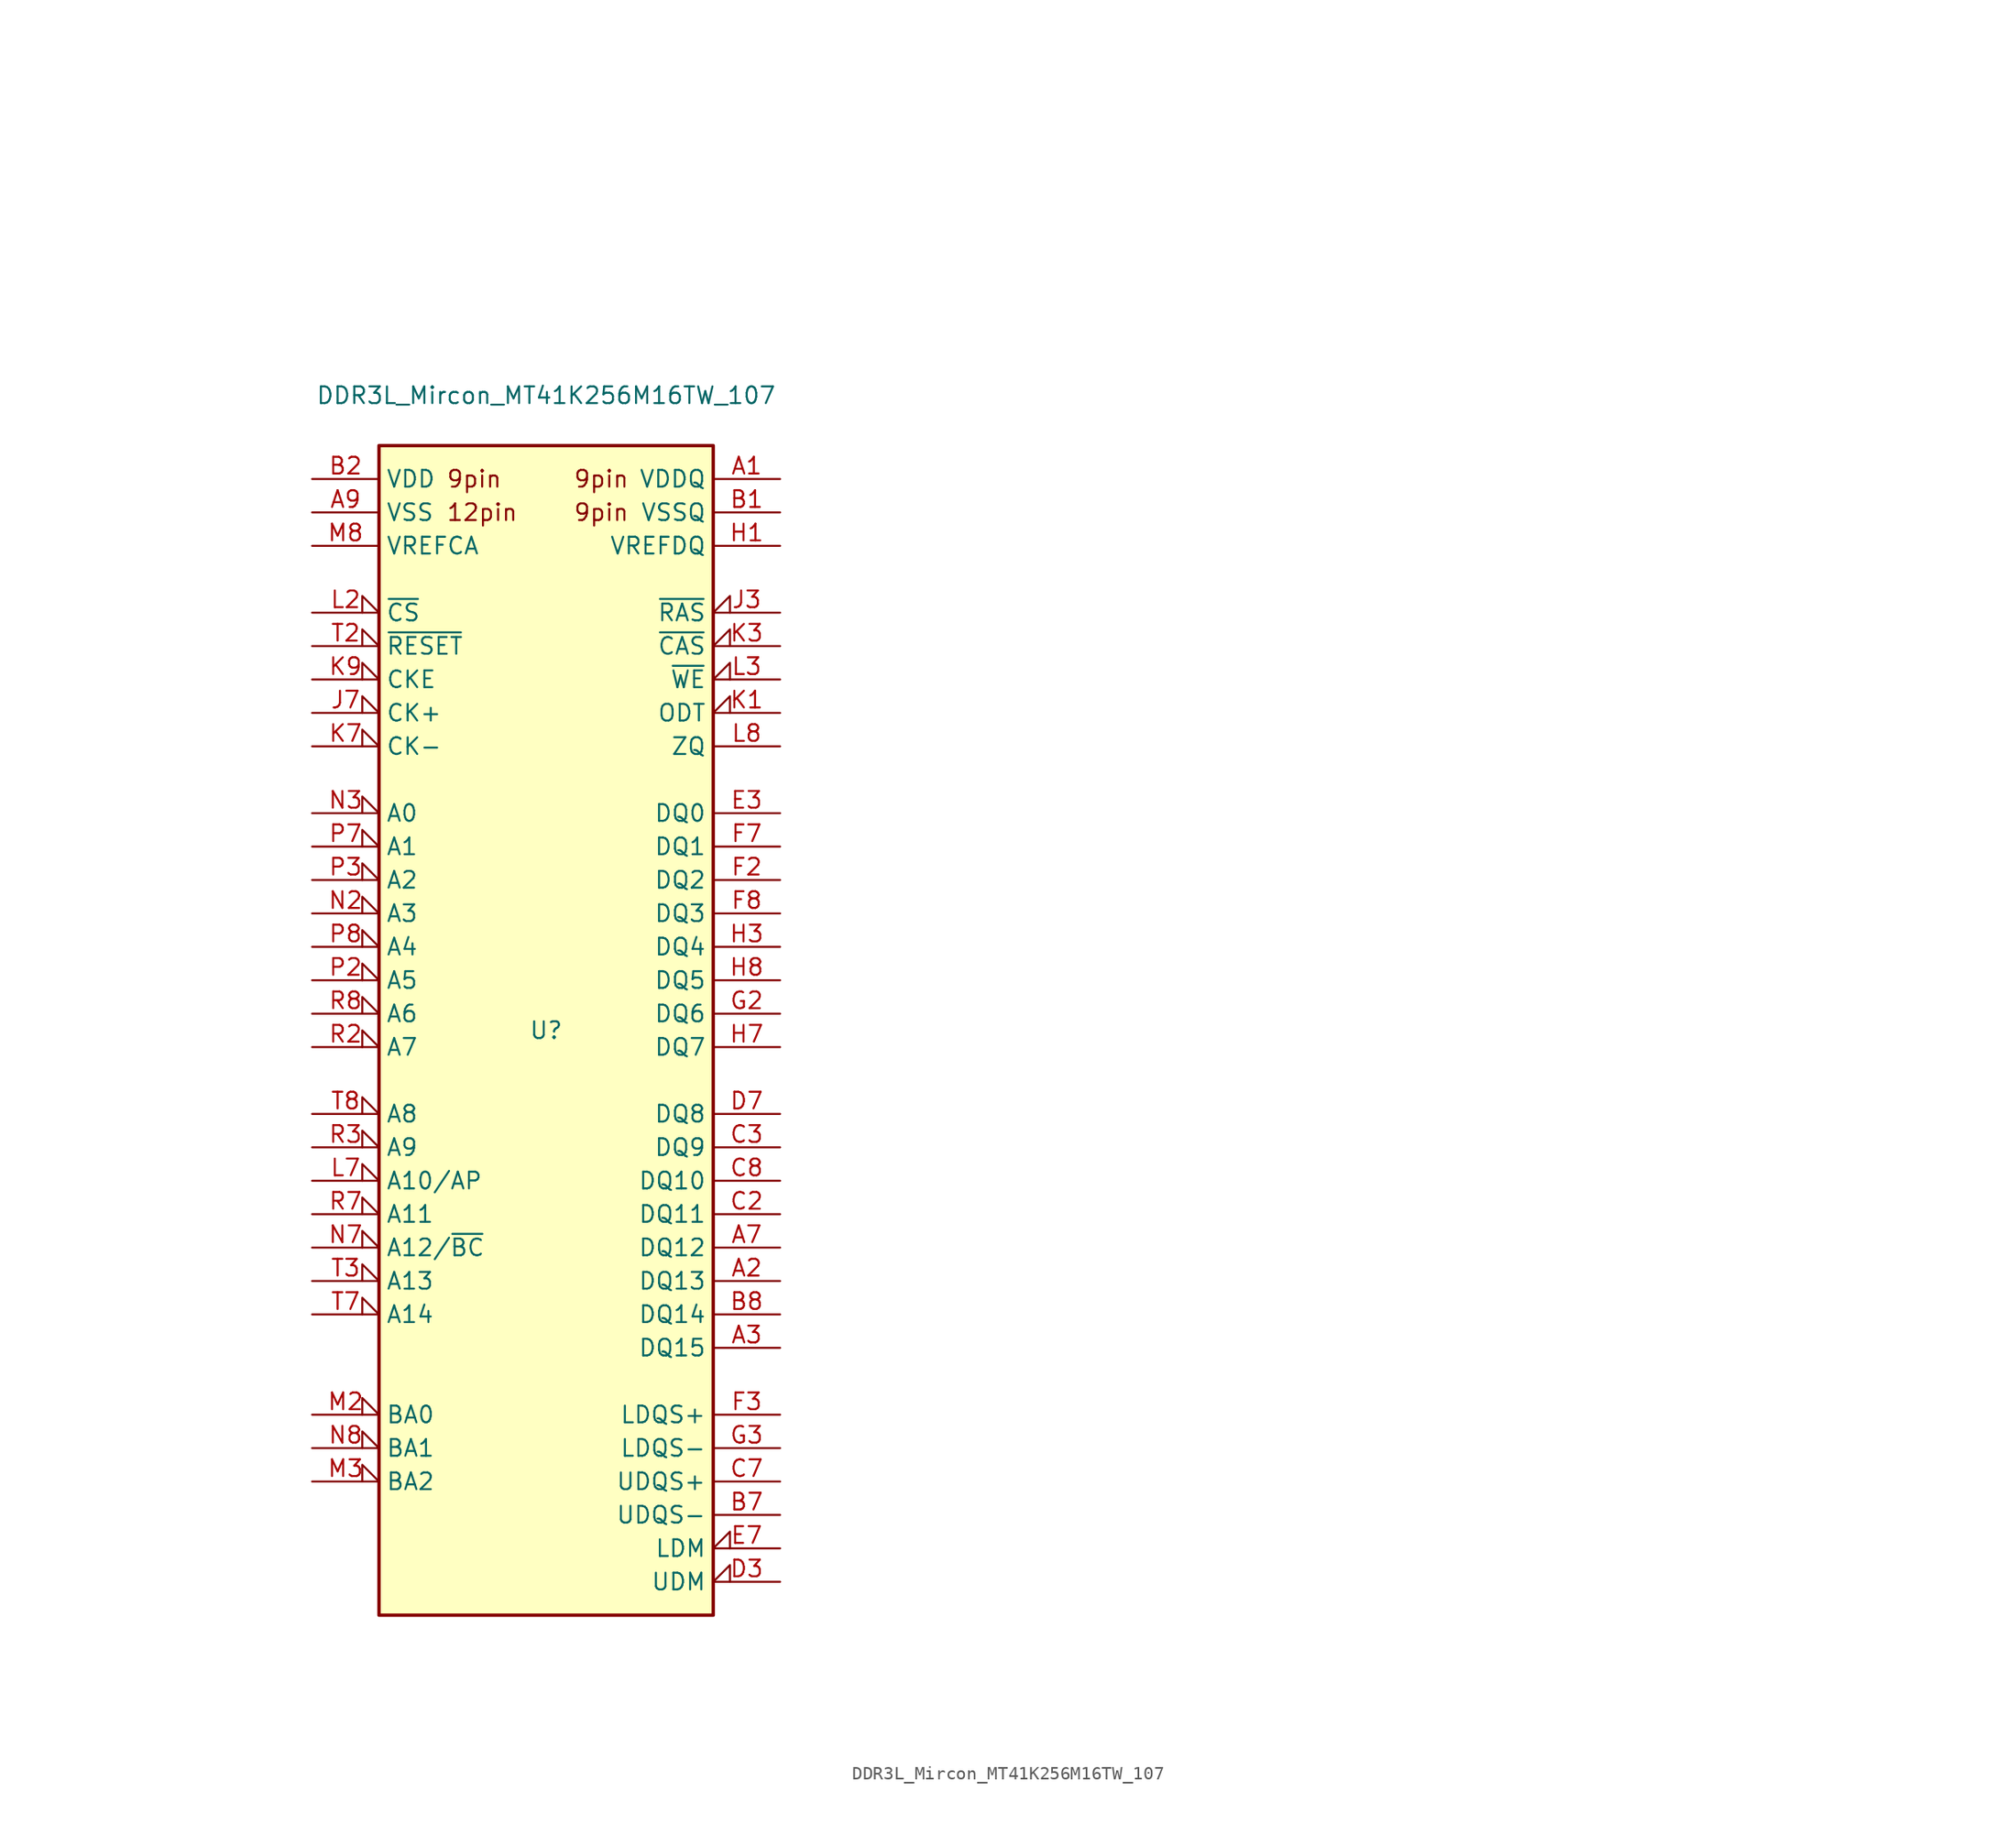
<source format=kicad_sym>
(kicad_symbol_lib
  (version 20231120)
  (generator "kicad_symbol_editor")
  (generator_version "8.0")
  (symbol "DDR3L_Mircon_MT41K256M16TW_107"
    (property "Reference" "U"
      (at 0 0 0)
      (effects (font (size 1.27 1.27))))
    (property "Value" "DDR3L_Mircon_MT41K256M16TW_107"
      (at 0 48.26 0)
      (effects (font (size 1.27 1.27))))
    (symbol "DDR3L_Mircon_MT41K256M16TW_107_1_1"
      (rectangle (start -12.7 44.45) (end 12.7 -44.45) (stroke (width 0.254) (type default)) (fill (type background)))
      (text private "A[14:0]: Address, I.\nBA[2:0]: Bank address, I.\nDQ[15:0]: Data, IO.\n\n~{CS}: Chip select, I.\n~{RAS}, ~{CAS}, ~{WE}: Command inputs, I.\nODT: On-Die Termination, I.\n\nLDQS+-: Lower byte data strobe, IO.\nUDQS+-: Upper byte data strobe, IO.\nLDM, UDM: Lower/Upper byte input data mask, I.\n\n~{RESET}: Reset, I.\nCKE: Clock enable, I.\nCK+-: Differential clock, I.\n\nVDD(9 pins), VSS(12 pins): Power supply, 1.35V.\nVDDQ(9 pins), VSSQ(9 pins): DQ power supply, 1.35V.\nVREFCA: Reference voltage for control, command, address.\nVREFDQ: Reference voltage for data.\n\nZQ: External reference ball for output drive calibration." (at 38.1 0 0) (effects (font (size 1.27 1.27)) (justify left top)))
      (text "12pin" (at -7.62 39.37 0) (effects (font (size 1.27 1.27)) (justify left)))
      (text "9pin" (at -7.62 41.91 0) (effects (font (size 1.27 1.27)) (justify left)))
      (text "9pin" (at 6.35 39.37 0) (effects (font (size 1.27 1.27)) (justify right)))
      (text "9pin" (at 6.35 41.91 0) (effects (font (size 1.27 1.27)) (justify right)))
      (text_box private "MT41K256M16 SDRAM (1.35V) is a low voltage version of the DDR3.\n\n256M16: 256Meg x 16.\nTW: 96-ball FBGA, 8x14mm\n107: tCK=1.07ns, CL=13" (at -25.4 63.5 0) (size 50.8 -13.97) (stroke (width 0) (type default)) (fill (type none)) (effects (font (size 1.27 1.27)) (justify left top)))
      (pin power_in line (at 17.78 41.91 180) (length 5.08) (name "VDDQ" (effects (font (size 1.27 1.27)))) (number "A1" (effects (font (size 1.27 1.27)))))
      (pin bidirectional line (at 17.78 -19.05 180) (length 5.08) (name "DQ13" (effects (font (size 1.27 1.27)))) (number "A2" (effects (font (size 1.27 1.27)))))
      (pin bidirectional line (at 17.78 -24.13 180) (length 5.08) (name "DQ15" (effects (font (size 1.27 1.27)))) (number "A3" (effects (font (size 1.27 1.27)))))
      (pin bidirectional line (at 17.78 -16.51 180) (length 5.08) (name "DQ12" (effects (font (size 1.27 1.27)))) (number "A7" (effects (font (size 1.27 1.27)))))
      (pin passive line (at 17.78 41.91 180) (length 5.08) hide (name "VDDQ" (effects (font (size 1.27 1.27)))) (number "A8" (effects (font (size 1.27 1.27)))))
      (pin power_in line (at -17.78 39.37 0) (length 5.08) (name "VSS" (effects (font (size 1.27 1.27)))) (number "A9" (effects (font (size 1.27 1.27)))))
      (pin power_in line (at 17.78 39.37 180) (length 5.08) (name "VSSQ" (effects (font (size 1.27 1.27)))) (number "B1" (effects (font (size 1.27 1.27)))))
      (pin power_in line (at -17.78 41.91 0) (length 5.08) (name "VDD" (effects (font (size 1.27 1.27)))) (number "B2" (effects (font (size 1.27 1.27)))))
      (pin passive line (at -17.78 39.37 0) (length 5.08) hide (name "VSS" (effects (font (size 1.27 1.27)))) (number "B3" (effects (font (size 1.27 1.27)))))
      (pin bidirectional line (at 17.78 -36.83 180) (length 5.08) (name "UDQS-" (effects (font (size 1.27 1.27)))) (number "B7" (effects (font (size 1.27 1.27)))))
      (pin bidirectional line (at 17.78 -21.59 180) (length 5.08) (name "DQ14" (effects (font (size 1.27 1.27)))) (number "B8" (effects (font (size 1.27 1.27)))))
      (pin passive line (at 17.78 39.37 180) (length 5.08) hide (name "VSSQ" (effects (font (size 1.27 1.27)))) (number "B9" (effects (font (size 1.27 1.27)))))
      (pin passive line (at 17.78 41.91 180) (length 5.08) hide (name "VDDQ" (effects (font (size 1.27 1.27)))) (number "C1" (effects (font (size 1.27 1.27)))))
      (pin bidirectional line (at 17.78 -13.97 180) (length 5.08) (name "DQ11" (effects (font (size 1.27 1.27)))) (number "C2" (effects (font (size 1.27 1.27)))))
      (pin bidirectional line (at 17.78 -8.89 180) (length 5.08) (name "DQ9" (effects (font (size 1.27 1.27)))) (number "C3" (effects (font (size 1.27 1.27)))))
      (pin bidirectional line (at 17.78 -34.29 180) (length 5.08) (name "UDQS+" (effects (font (size 1.27 1.27)))) (number "C7" (effects (font (size 1.27 1.27)))))
      (pin bidirectional line (at 17.78 -11.43 180) (length 5.08) (name "DQ10" (effects (font (size 1.27 1.27)))) (number "C8" (effects (font (size 1.27 1.27)))))
      (pin passive line (at 17.78 41.91 180) (length 5.08) hide (name "VDDQ" (effects (font (size 1.27 1.27)))) (number "C9" (effects (font (size 1.27 1.27)))))
      (pin passive line (at 17.78 39.37 180) (length 5.08) hide (name "VSSQ" (effects (font (size 1.27 1.27)))) (number "D1" (effects (font (size 1.27 1.27)))))
      (pin passive line (at 17.78 41.91 180) (length 5.08) hide (name "VDDQ" (effects (font (size 1.27 1.27)))) (number "D2" (effects (font (size 1.27 1.27)))))
      (pin input input_low (at 17.78 -41.91 180) (length 5.08) (name "UDM" (effects (font (size 1.27 1.27)))) (number "D3" (effects (font (size 1.27 1.27)))))
      (pin bidirectional line (at 17.78 -6.35 180) (length 5.08) (name "DQ8" (effects (font (size 1.27 1.27)))) (number "D7" (effects (font (size 1.27 1.27)))))
      (pin passive line (at 17.78 39.37 180) (length 5.08) hide (name "VSSQ" (effects (font (size 1.27 1.27)))) (number "D8" (effects (font (size 1.27 1.27)))))
      (pin passive line (at -17.78 41.91 0) (length 5.08) hide (name "VDD" (effects (font (size 1.27 1.27)))) (number "D9" (effects (font (size 1.27 1.27)))))
      (pin passive line (at -17.78 39.37 0) (length 5.08) hide (name "VSS" (effects (font (size 1.27 1.27)))) (number "E1" (effects (font (size 1.27 1.27)))))
      (pin passive line (at 17.78 39.37 180) (length 5.08) hide (name "VSSQ" (effects (font (size 1.27 1.27)))) (number "E2" (effects (font (size 1.27 1.27)))))
      (pin bidirectional line (at 17.78 16.51 180) (length 5.08) (name "DQ0" (effects (font (size 1.27 1.27)))) (number "E3" (effects (font (size 1.27 1.27)))))
      (pin input input_low (at 17.78 -39.37 180) (length 5.08) (name "LDM" (effects (font (size 1.27 1.27)))) (number "E7" (effects (font (size 1.27 1.27)))))
      (pin passive line (at 17.78 39.37 180) (length 5.08) hide (name "VSSQ" (effects (font (size 1.27 1.27)))) (number "E8" (effects (font (size 1.27 1.27)))))
      (pin passive line (at 17.78 41.91 180) (length 5.08) hide (name "VDDQ" (effects (font (size 1.27 1.27)))) (number "E9" (effects (font (size 1.27 1.27)))))
      (pin passive line (at 17.78 41.91 180) (length 5.08) hide (name "VDDQ" (effects (font (size 1.27 1.27)))) (number "F1" (effects (font (size 1.27 1.27)))))
      (pin bidirectional line (at 17.78 11.43 180) (length 5.08) (name "DQ2" (effects (font (size 1.27 1.27)))) (number "F2" (effects (font (size 1.27 1.27)))))
      (pin bidirectional line (at 17.78 -29.21 180) (length 5.08) (name "LDQS+" (effects (font (size 1.27 1.27)))) (number "F3" (effects (font (size 1.27 1.27)))))
      (pin bidirectional line (at 17.78 13.97 180) (length 5.08) (name "DQ1" (effects (font (size 1.27 1.27)))) (number "F7" (effects (font (size 1.27 1.27)))))
      (pin bidirectional line (at 17.78 8.89 180) (length 5.08) (name "DQ3" (effects (font (size 1.27 1.27)))) (number "F8" (effects (font (size 1.27 1.27)))))
      (pin passive line (at 17.78 39.37 180) (length 5.08) hide (name "VSSQ" (effects (font (size 1.27 1.27)))) (number "F9" (effects (font (size 1.27 1.27)))))
      (pin passive line (at 17.78 39.37 180) (length 5.08) hide (name "VSSQ" (effects (font (size 1.27 1.27)))) (number "G1" (effects (font (size 1.27 1.27)))))
      (pin bidirectional line (at 17.78 1.27 180) (length 5.08) (name "DQ6" (effects (font (size 1.27 1.27)))) (number "G2" (effects (font (size 1.27 1.27)))))
      (pin bidirectional line (at 17.78 -31.75 180) (length 5.08) (name "LDQS-" (effects (font (size 1.27 1.27)))) (number "G3" (effects (font (size 1.27 1.27)))))
      (pin passive line (at -17.78 41.91 0) (length 5.08) hide (name "VDD" (effects (font (size 1.27 1.27)))) (number "G7" (effects (font (size 1.27 1.27)))))
      (pin passive line (at -17.78 39.37 0) (length 5.08) hide (name "VSS" (effects (font (size 1.27 1.27)))) (number "G8" (effects (font (size 1.27 1.27)))))
      (pin passive line (at 17.78 39.37 180) (length 5.08) hide (name "VSSQ" (effects (font (size 1.27 1.27)))) (number "G9" (effects (font (size 1.27 1.27)))))
      (pin power_in line (at 17.78 36.83 180) (length 5.08) (name "VREFDQ" (effects (font (size 1.27 1.27)))) (number "H1" (effects (font (size 1.27 1.27)))))
      (pin passive line (at 17.78 41.91 180) (length 5.08) hide (name "VDDQ" (effects (font (size 1.27 1.27)))) (number "H2" (effects (font (size 1.27 1.27)))))
      (pin bidirectional line (at 17.78 6.35 180) (length 5.08) (name "DQ4" (effects (font (size 1.27 1.27)))) (number "H3" (effects (font (size 1.27 1.27)))))
      (pin bidirectional line (at 17.78 -1.27 180) (length 5.08) (name "DQ7" (effects (font (size 1.27 1.27)))) (number "H7" (effects (font (size 1.27 1.27)))))
      (pin bidirectional line (at 17.78 3.81 180) (length 5.08) (name "DQ5" (effects (font (size 1.27 1.27)))) (number "H8" (effects (font (size 1.27 1.27)))))
      (pin passive line (at 17.78 41.91 180) (length 5.08) hide (name "VDDQ" (effects (font (size 1.27 1.27)))) (number "H9" (effects (font (size 1.27 1.27)))))
      (pin passive line (at -17.78 39.37 0) (length 5.08) hide (name "VSS" (effects (font (size 1.27 1.27)))) (number "J2" (effects (font (size 1.27 1.27)))))
      (pin input input_low (at 17.78 31.75 180) (length 5.08) (name "~{RAS}" (effects (font (size 1.27 1.27)))) (number "J3" (effects (font (size 1.27 1.27)))))
      (pin input input_low (at -17.78 24.13 0) (length 5.08) (name "CK+" (effects (font (size 1.27 1.27)))) (number "J7" (effects (font (size 1.27 1.27)))))
      (pin passive line (at -17.78 39.37 0) (length 5.08) hide (name "VSS" (effects (font (size 1.27 1.27)))) (number "J8" (effects (font (size 1.27 1.27)))))
      (pin input input_low (at 17.78 24.13 180) (length 5.08) (name "ODT" (effects (font (size 1.27 1.27)))) (number "K1" (effects (font (size 1.27 1.27)))))
      (pin passive line (at -17.78 41.91 0) (length 5.08) hide (name "VDD" (effects (font (size 1.27 1.27)))) (number "K2" (effects (font (size 1.27 1.27)))))
      (pin input input_low (at 17.78 29.21 180) (length 5.08) (name "~{CAS}" (effects (font (size 1.27 1.27)))) (number "K3" (effects (font (size 1.27 1.27)))))
      (pin input input_low (at -17.78 21.59 0) (length 5.08) (name "CK-" (effects (font (size 1.27 1.27)))) (number "K7" (effects (font (size 1.27 1.27)))))
      (pin passive line (at -17.78 41.91 0) (length 5.08) hide (name "VDD" (effects (font (size 1.27 1.27)))) (number "K8" (effects (font (size 1.27 1.27)))))
      (pin input input_low (at -17.78 26.67 0) (length 5.08) (name "CKE" (effects (font (size 1.27 1.27)))) (number "K9" (effects (font (size 1.27 1.27)))))
      (pin input input_low (at -17.78 31.75 0) (length 5.08) (name "~{CS}" (effects (font (size 1.27 1.27)))) (number "L2" (effects (font (size 1.27 1.27)))))
      (pin input input_low (at 17.78 26.67 180) (length 5.08) (name "~{WE}" (effects (font (size 1.27 1.27)))) (number "L3" (effects (font (size 1.27 1.27)))))
      (pin input input_low (at -17.78 -11.43 0) (length 5.08) (name "A10/AP" (effects (font (size 1.27 1.27)))) (number "L7" (effects (font (size 1.27 1.27)))))
      (pin passive line (at 17.78 21.59 180) (length 5.08) (name "ZQ" (effects (font (size 1.27 1.27)))) (number "L8" (effects (font (size 1.27 1.27)))))
      (pin passive line (at -17.78 39.37 0) (length 5.08) hide (name "VSS" (effects (font (size 1.27 1.27)))) (number "M1" (effects (font (size 1.27 1.27)))))
      (pin input input_low (at -17.78 -29.21 0) (length 5.08) (name "BA0" (effects (font (size 1.27 1.27)))) (number "M2" (effects (font (size 1.27 1.27)))))
      (pin input input_low (at -17.78 -34.29 0) (length 5.08) (name "BA2" (effects (font (size 1.27 1.27)))) (number "M3" (effects (font (size 1.27 1.27)))))
      (pin power_in line (at -17.78 36.83 0) (length 5.08) (name "VREFCA" (effects (font (size 1.27 1.27)))) (number "M8" (effects (font (size 1.27 1.27)))))
      (pin passive line (at -17.78 39.37 0) (length 5.08) hide (name "VSS" (effects (font (size 1.27 1.27)))) (number "M9" (effects (font (size 1.27 1.27)))))
      (pin passive line (at -17.78 41.91 0) (length 5.08) hide (name "VDD" (effects (font (size 1.27 1.27)))) (number "N1" (effects (font (size 1.27 1.27)))))
      (pin input input_low (at -17.78 8.89 0) (length 5.08) (name "A3" (effects (font (size 1.27 1.27)))) (number "N2" (effects (font (size 1.27 1.27)))))
      (pin input input_low (at -17.78 16.51 0) (length 5.08) (name "A0" (effects (font (size 1.27 1.27)))) (number "N3" (effects (font (size 1.27 1.27)))))
      (pin input input_low (at -17.78 -16.51 0) (length 5.08) (name "A12/~{BC}" (effects (font (size 1.27 1.27)))) (number "N7" (effects (font (size 1.27 1.27)))))
      (pin input input_low (at -17.78 -31.75 0) (length 5.08) (name "BA1" (effects (font (size 1.27 1.27)))) (number "N8" (effects (font (size 1.27 1.27)))))
      (pin passive line (at -17.78 41.91 0) (length 5.08) hide (name "VDD" (effects (font (size 1.27 1.27)))) (number "N9" (effects (font (size 1.27 1.27)))))
      (pin passive line (at -17.78 39.37 0) (length 5.08) hide (name "VSS" (effects (font (size 1.27 1.27)))) (number "P1" (effects (font (size 1.27 1.27)))))
      (pin input input_low (at -17.78 3.81 0) (length 5.08) (name "A5" (effects (font (size 1.27 1.27)))) (number "P2" (effects (font (size 1.27 1.27)))))
      (pin input input_low (at -17.78 11.43 0) (length 5.08) (name "A2" (effects (font (size 1.27 1.27)))) (number "P3" (effects (font (size 1.27 1.27)))))
      (pin input input_low (at -17.78 13.97 0) (length 5.08) (name "A1" (effects (font (size 1.27 1.27)))) (number "P7" (effects (font (size 1.27 1.27)))))
      (pin input input_low (at -17.78 6.35 0) (length 5.08) (name "A4" (effects (font (size 1.27 1.27)))) (number "P8" (effects (font (size 1.27 1.27)))))
      (pin passive line (at -17.78 39.37 0) (length 5.08) hide (name "VSS" (effects (font (size 1.27 1.27)))) (number "P9" (effects (font (size 1.27 1.27)))))
      (pin passive line (at -17.78 41.91 0) (length 5.08) hide (name "VDD" (effects (font (size 1.27 1.27)))) (number "R1" (effects (font (size 1.27 1.27)))))
      (pin input input_low (at -17.78 -1.27 0) (length 5.08) (name "A7" (effects (font (size 1.27 1.27)))) (number "R2" (effects (font (size 1.27 1.27)))))
      (pin input input_low (at -17.78 -8.89 0) (length 5.08) (name "A9" (effects (font (size 1.27 1.27)))) (number "R3" (effects (font (size 1.27 1.27)))))
      (pin input input_low (at -17.78 -13.97 0) (length 5.08) (name "A11" (effects (font (size 1.27 1.27)))) (number "R7" (effects (font (size 1.27 1.27)))))
      (pin input input_low (at -17.78 1.27 0) (length 5.08) (name "A6" (effects (font (size 1.27 1.27)))) (number "R8" (effects (font (size 1.27 1.27)))))
      (pin passive line (at -17.78 41.91 0) (length 5.08) hide (name "VDD" (effects (font (size 1.27 1.27)))) (number "R9" (effects (font (size 1.27 1.27)))))
      (pin passive line (at -17.78 39.37 0) (length 5.08) hide (name "VSS" (effects (font (size 1.27 1.27)))) (number "T1" (effects (font (size 1.27 1.27)))))
      (pin input input_low (at -17.78 29.21 0) (length 5.08) (name "~{RESET}" (effects (font (size 1.27 1.27)))) (number "T2" (effects (font (size 1.27 1.27)))))
      (pin input input_low (at -17.78 -19.05 0) (length 5.08) (name "A13" (effects (font (size 1.27 1.27)))) (number "T3" (effects (font (size 1.27 1.27)))))
      (pin input input_low (at -17.78 -21.59 0) (length 5.08) (name "A14" (effects (font (size 1.27 1.27)))) (number "T7" (effects (font (size 1.27 1.27)))))
      (pin input input_low (at -17.78 -6.35 0) (length 5.08) (name "A8" (effects (font (size 1.27 1.27)))) (number "T8" (effects (font (size 1.27 1.27)))))
      (pin passive line (at -17.78 39.37 0) (length 5.08) hide (name "VSS" (effects (font (size 1.27 1.27)))) (number "T9" (effects (font (size 1.27 1.27))))))))
</source>
